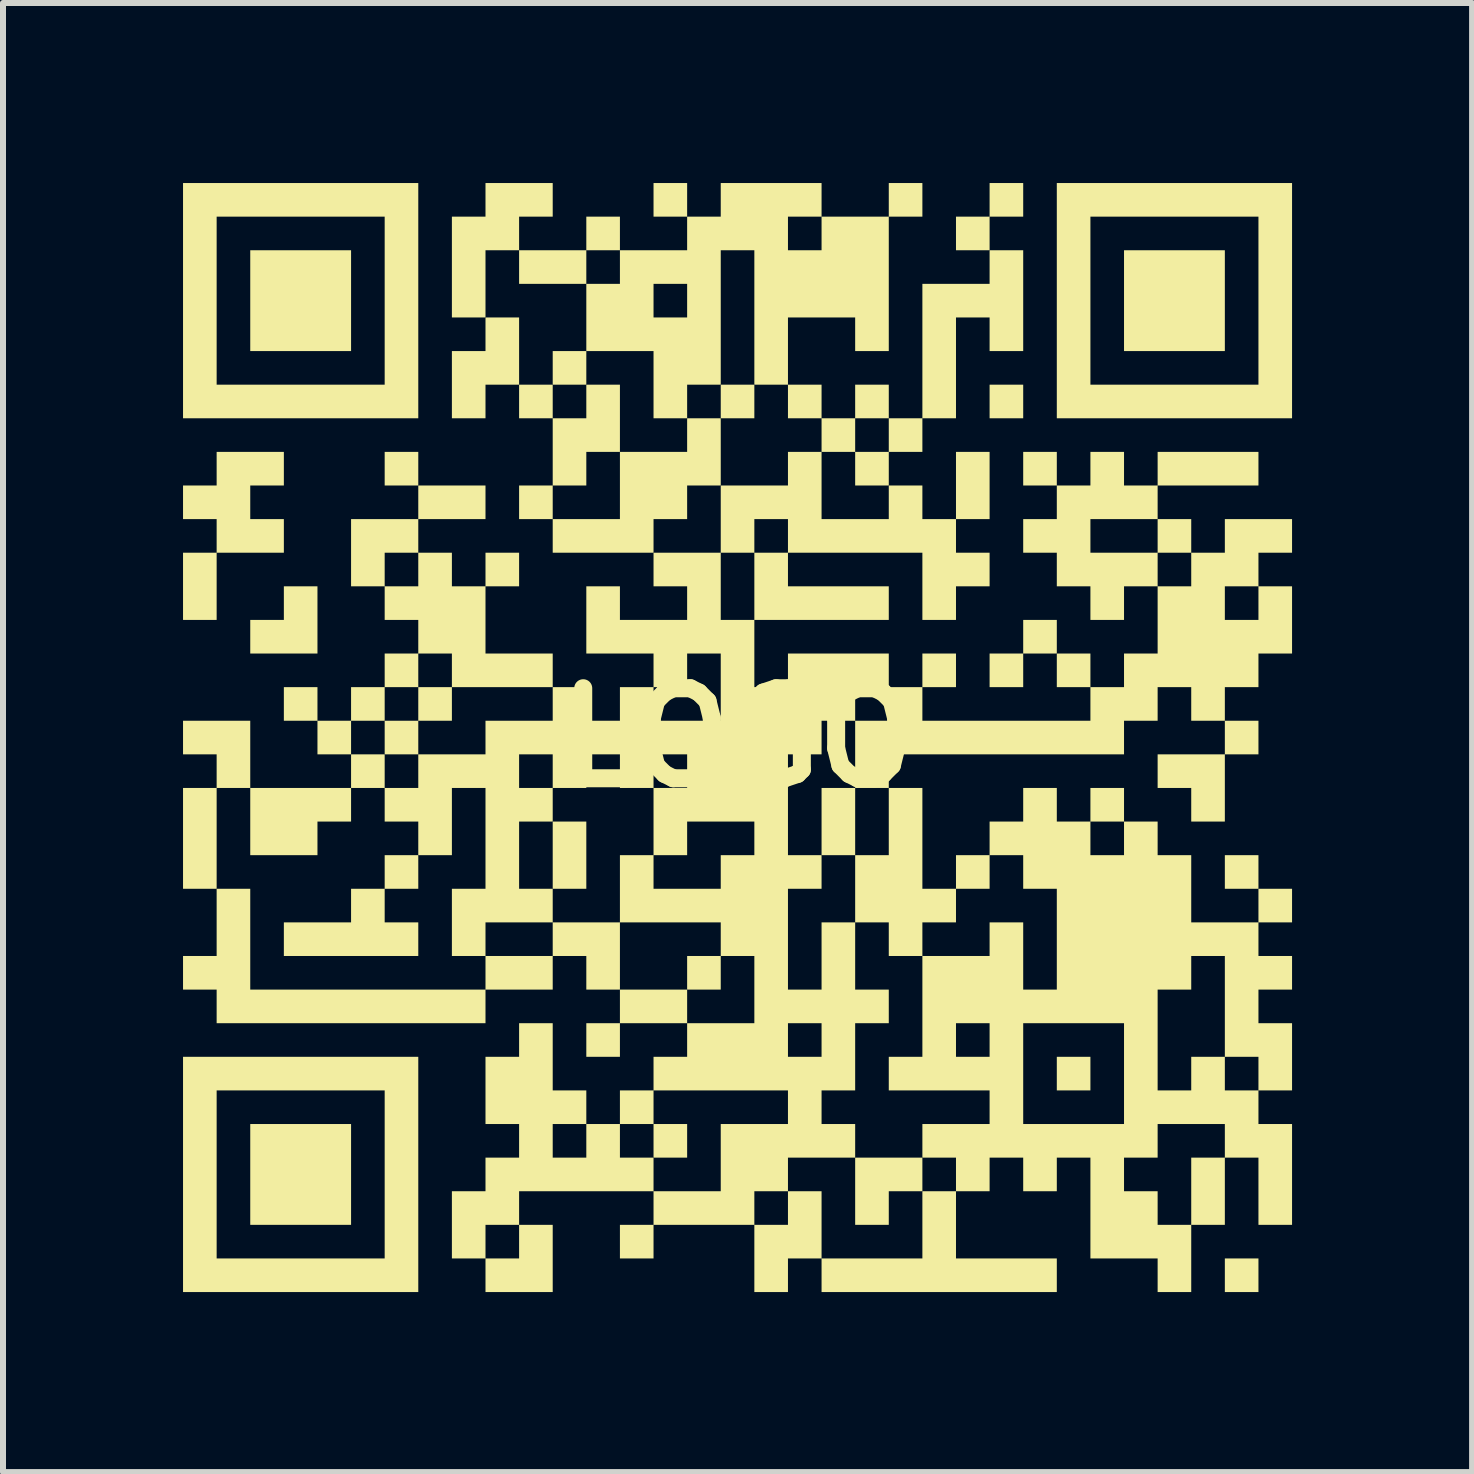
<source format=kicad_pcb>
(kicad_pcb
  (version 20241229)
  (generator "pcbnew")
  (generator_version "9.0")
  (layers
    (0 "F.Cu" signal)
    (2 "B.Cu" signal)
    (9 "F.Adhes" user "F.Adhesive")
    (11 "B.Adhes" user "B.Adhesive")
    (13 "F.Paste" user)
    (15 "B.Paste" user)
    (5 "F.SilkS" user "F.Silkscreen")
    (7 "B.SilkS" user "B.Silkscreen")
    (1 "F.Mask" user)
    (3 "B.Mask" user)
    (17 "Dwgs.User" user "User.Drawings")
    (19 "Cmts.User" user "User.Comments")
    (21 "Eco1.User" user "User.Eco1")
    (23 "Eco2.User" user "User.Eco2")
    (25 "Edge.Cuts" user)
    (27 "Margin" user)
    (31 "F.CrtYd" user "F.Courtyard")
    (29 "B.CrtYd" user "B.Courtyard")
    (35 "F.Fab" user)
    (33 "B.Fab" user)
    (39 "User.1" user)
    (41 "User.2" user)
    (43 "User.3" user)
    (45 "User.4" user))
  (footprint "LOGO"
    (layer "F.Cu")
    (at 9.24 9.24)
    (property "Reference" "LOGO" (at 0 0 0) (layer "F.SilkS") (effects (font (size 1.5 1.5) (thickness 0.3))))
    (attr board_only exclude_from_pos_files exclude_from_bom)
    (fp_poly (pts (xy -6.44 -7.28) (xy -6.44 -6.44) (xy -7.28 -6.44) (xy -8.12 -6.44) (xy -8.12 -7.28) (xy -8.12 -8.12) (xy -7.28 -8.12) (xy -6.44 -8.12)) (stroke (width 0) (type solid)) (fill yes) (layer "F.SilkS"))
    (fp_poly (pts (xy -6.44 7.28) (xy -6.44 8.12) (xy -7.28 8.12) (xy -8.12 8.12) (xy -8.12 7.28) (xy -8.12 6.44) (xy -7.28 6.44) (xy -6.44 6.44)) (stroke (width 0) (type solid)) (fill yes) (layer "F.SilkS"))
    (fp_poly (pts (xy -5.32 -4.48) (xy -5.32 -4.2) (xy -5.6 -4.2) (xy -5.88 -4.2) (xy -5.88 -4.48) (xy -5.88 -4.76) (xy -5.6 -4.76) (xy -5.32 -4.76)) (stroke (width 0) (type solid)) (fill yes) (layer "F.SilkS"))
    (fp_poly (pts (xy -2.52 -6.16) (xy -2.52 -5.88) (xy -2.8 -5.88) (xy -3.08 -5.88) (xy -3.08 -6.16) (xy -3.08 -6.44) (xy -2.8 -6.44) (xy -2.52 -6.44)) (stroke (width 0) (type solid)) (fill yes) (layer "F.SilkS"))
    (fp_poly (pts (xy -2.52 1.96) (xy -2.52 2.52) (xy -2.8 2.52) (xy -3.08 2.52) (xy -3.08 1.96) (xy -3.08 1.4) (xy -2.8 1.4) (xy -2.52 1.4)) (stroke (width 0) (type solid)) (fill yes) (layer "F.SilkS"))
    (fp_poly (pts (xy -0.84 6.72) (xy -0.84 7) (xy -1.12 7) (xy -1.4 7) (xy -1.4 6.72) (xy -1.4 6.44) (xy -1.12 6.44) (xy -0.84 6.44)) (stroke (width 0) (type solid)) (fill yes) (layer "F.SilkS"))
    (fp_poly (pts (xy -0.28 3.92) (xy -0.28 4.2) (xy -0.56 4.2) (xy -0.84 4.2) (xy -0.84 3.92) (xy -0.84 3.64) (xy -0.56 3.64) (xy -0.28 3.64)) (stroke (width 0) (type solid)) (fill yes) (layer "F.SilkS"))
    (fp_poly (pts (xy 0.28 -5.6) (xy 0.28 -5.32) (xy 0 -5.32) (xy -0.28 -5.32) (xy -0.28 -5.6) (xy -0.28 -5.88) (xy 0 -5.88) (xy 0.28 -5.88)) (stroke (width 0) (type solid)) (fill yes) (layer "F.SilkS"))
    (fp_poly (pts (xy 1.96 1.4) (xy 1.96 1.96) (xy 1.68 1.96) (xy 1.4 1.96) (xy 1.4 1.4) (xy 1.4 0.84) (xy 1.68 0.84) (xy 1.96 0.84)) (stroke (width 0) (type solid)) (fill yes) (layer "F.SilkS"))
    (fp_poly (pts (xy 4.76 -5.6) (xy 4.76 -5.32) (xy 4.48 -5.32) (xy 4.2 -5.32) (xy 4.2 -5.6) (xy 4.2 -5.88) (xy 4.48 -5.88) (xy 4.76 -5.88)) (stroke (width 0) (type solid)) (fill yes) (layer "F.SilkS"))
    (fp_poly (pts (xy 5.88 5.6) (xy 5.88 5.88) (xy 5.6 5.88) (xy 5.32 5.88) (xy 5.32 5.6) (xy 5.32 5.32) (xy 5.6 5.32) (xy 5.88 5.32)) (stroke (width 0) (type solid)) (fill yes) (layer "F.SilkS"))
    (fp_poly (pts (xy 8.12 -7.28) (xy 8.12 -6.44) (xy 7.28 -6.44) (xy 6.44 -6.44) (xy 6.44 -7.28) (xy 6.44 -8.12) (xy 7.28 -8.12) (xy 8.12 -8.12)) (stroke (width 0) (type solid)) (fill yes) (layer "F.SilkS"))
    (fp_poly (pts (xy 8.68 2.24) (xy 8.68 2.52) (xy 8.4 2.52) (xy 8.12 2.52) (xy 8.12 2.24) (xy 8.12 1.96) (xy 8.4 1.96) (xy 8.68 1.96)) (stroke (width 0) (type solid)) (fill yes) (layer "F.SilkS"))
    (fp_poly (pts (xy 8.68 8.96) (xy 8.68 9.24) (xy 8.4 9.24) (xy 8.12 9.24) (xy 8.12 8.96) (xy 8.12 8.68) (xy 8.4 8.68) (xy 8.68 8.68)) (stroke (width 0) (type solid)) (fill yes) (layer "F.SilkS"))
    (fp_poly (pts (xy -7 -1.96) (xy -7 -1.4) (xy -7.56 -1.4) (xy -8.12 -1.4) (xy -8.12 -1.68) (xy -8.12 -1.96) (xy -7.84 -1.96) (xy -7.56 -1.96) (xy -7.56 -2.24) (xy -7.56 -2.52) (xy -7.28 -2.52) (xy -7 -2.52)) (stroke (width 0) (type solid)) (fill yes) (layer "F.SilkS"))
    (fp_poly (pts (xy 3.08 7.28) (xy 3.08 7.56) (xy 2.8 7.56) (xy 2.52 7.56) (xy 2.52 7.84) (xy 2.52 8.12) (xy 2.24 8.12) (xy 1.96 8.12) (xy 1.96 7.56) (xy 1.96 7) (xy 2.52 7) (xy 3.08 7)) (stroke (width 0) (type solid)) (fill yes) (layer "F.SilkS"))
    (fp_poly (pts (xy -4.76 -0.56) (xy -4.76 -0.28) (xy -5.04 -0.28) (xy -5.32 -0.28) (xy -5.32 0) (xy -5.32 0.28) (xy -5.6 0.28) (xy -5.88 0.28) (xy -5.88 0) (xy -5.88 -0.28) (xy -5.6 -0.28) (xy -5.32 -0.28) (xy -5.32 -0.56) (xy -5.32 -0.84) (xy -5.04 -0.84) (xy -4.76 -0.84)) (stroke (width 0) (type solid)) (fill yes) (layer "F.SilkS"))
    (fp_poly (pts (xy -3.64 -6.44) (xy -3.64 -5.88) (xy -3.92 -5.88) (xy -4.2 -5.88) (xy -4.2 -5.6) (xy -4.2 -5.32) (xy -4.48 -5.32) (xy -4.76 -5.32) (xy -4.76 -5.88) (xy -4.76 -6.44) (xy -4.48 -6.44) (xy -4.2 -6.44) (xy -4.2 -6.72) (xy -4.2 -7) (xy -3.92 -7) (xy -3.64 -7)) (stroke (width 0) (type solid)) (fill yes) (layer "F.SilkS"))
    (fp_poly (pts (xy 4.76 -8.96) (xy 4.76 -8.68) (xy 4.48 -8.68) (xy 4.2 -8.68) (xy 4.2 -8.4) (xy 4.2 -8.12) (xy 3.92 -8.12) (xy 3.64 -8.12) (xy 3.64 -8.4) (xy 3.64 -8.68) (xy 3.92 -8.68) (xy 4.2 -8.68) (xy 4.2 -8.96) (xy 4.2 -9.24) (xy 4.48 -9.24) (xy 4.76 -9.24)) (stroke (width 0) (type solid)) (fill yes) (layer "F.SilkS"))
    (fp_poly (pts (xy 5.32 -1.68) (xy 5.32 -1.4) (xy 5.04 -1.4) (xy 4.76 -1.4) (xy 4.76 -1.12) (xy 4.76 -0.84) (xy 4.48 -0.84) (xy 4.2 -0.84) (xy 4.2 -1.12) (xy 4.2 -1.4) (xy 4.48 -1.4) (xy 4.76 -1.4) (xy 4.76 -1.68) (xy 4.76 -1.96) (xy 5.04 -1.96) (xy 5.32 -1.96)) (stroke (width 0) (type solid)) (fill yes) (layer "F.SilkS"))
    (fp_poly (pts (xy -5.32 -7.28) (xy -5.32 -5.32) (xy -7.28 -5.32) (xy -9.24 -5.32) (xy -9.24 -7.28) (xy -9.24 -8.68) (xy -8.68 -8.68) (xy -8.68 -7.28) (xy -8.68 -5.88) (xy -7.28 -5.88) (xy -5.88 -5.88) (xy -5.88 -7.28) (xy -5.88 -8.68) (xy -7.28 -8.68) (xy -8.68 -8.68) (xy -9.24 -8.68) (xy -9.24 -9.24) (xy -7.28 -9.24) (xy -5.32 -9.24)) (stroke (width 0) (type solid)) (fill yes) (layer "F.SilkS"))
    (fp_poly (pts (xy -5.32 7.28) (xy -5.32 9.24) (xy -7.28 9.24) (xy -9.24 9.24) (xy -9.24 7.28) (xy -9.24 5.88) (xy -8.68 5.88) (xy -8.68 7.28) (xy -8.68 8.68) (xy -7.28 8.68) (xy -5.88 8.68) (xy -5.88 7.28) (xy -5.88 5.88) (xy -7.28 5.88) (xy -8.68 5.88) (xy -9.24 5.88) (xy -9.24 5.32) (xy -7.28 5.32) (xy -5.32 5.32)) (stroke (width 0) (type solid)) (fill yes) (layer "F.SilkS"))
    (fp_poly (pts (xy 9.24 -7.28) (xy 9.24 -5.32) (xy 7.28 -5.32) (xy 5.32 -5.32) (xy 5.32 -7.28) (xy 5.32 -8.68) (xy 5.88 -8.68) (xy 5.88 -7.28) (xy 5.88 -5.88) (xy 7.28 -5.88) (xy 8.68 -5.88) (xy 8.68 -7.28) (xy 8.68 -8.68) (xy 7.28 -8.68) (xy 5.88 -8.68) (xy 5.32 -8.68) (xy 5.32 -9.24) (xy 7.28 -9.24) (xy 9.24 -9.24)) (stroke (width 0) (type solid)) (fill yes) (layer "F.SilkS"))
    (fp_poly (pts (xy 8.68 0) (xy 8.68 0.28) (xy 8.4 0.28) (xy 8.12 0.28) (xy 8.12 0.84) (xy 8.12 1.4) (xy 7.84 1.4) (xy 7.56 1.4) (xy 7.56 1.12) (xy 7.56 0.84) (xy 7.28 0.84) (xy 7 0.84) (xy 7 0.56) (xy 7 0.28) (xy 7.56 0.28) (xy 8.12 0.28) (xy 8.12 0) (xy 8.12 -0.28) (xy 8.4 -0.28) (xy 8.68 -0.28)) (stroke (width 0) (type solid)) (fill yes) (layer "F.SilkS"))
    (fp_poly (pts (xy -5.32 2.24) (xy -5.32 2.52) (xy -5.6 2.52) (xy -5.88 2.52) (xy -5.88 2.8) (xy -5.88 3.08) (xy -5.6 3.08) (xy -5.32 3.08) (xy -5.32 3.36) (xy -5.32 3.64) (xy -6.44 3.64) (xy -7.56 3.64) (xy -7.56 3.36) (xy -7.56 3.08) (xy -7 3.08) (xy -6.44 3.08) (xy -6.44 2.8) (xy -6.44 2.52) (xy -6.16 2.52) (xy -5.88 2.52) (xy -5.88 2.24) (xy -5.88 1.96) (xy -5.6 1.96) (xy -5.32 1.96)) (stroke (width 0) (type solid)) (fill yes) (layer "F.SilkS"))
    (fp_poly (pts (xy -7.56 -4.48) (xy -7.56 -4.2) (xy -7.84 -4.2) (xy -8.12 -4.2) (xy -8.12 -3.92) (xy -8.12 -3.64) (xy -7.84 -3.64) (xy -7.56 -3.64) (xy -7.56 -3.36) (xy -7.56 -3.08) (xy -8.12 -3.08) (xy -8.68 -3.08) (xy -8.68 -2.52) (xy -8.68 -1.96) (xy -8.96 -1.96) (xy -9.24 -1.96) (xy -9.24 -2.52) (xy -9.24 -3.08) (xy -8.96 -3.08) (xy -8.68 -3.08) (xy -8.68 -3.36) (xy -8.68 -3.64) (xy -8.96 -3.64) (xy -9.24 -3.64) (xy -9.24 -3.92) (xy -9.24 -4.2) (xy -8.96 -4.2) (xy -8.68 -4.2) (xy -8.68 -4.48) (xy -8.68 -4.76) (xy -8.12 -4.76) (xy -7.56 -4.76)) (stroke (width 0) (type solid)) (fill yes) (layer "F.SilkS"))
    (fp_poly (pts (xy -8.12 0.28) (xy -8.12 0.84) (xy -7.28 0.84) (xy -6.44 0.84) (xy -6.44 0.56) (xy -6.44 0.28) (xy -6.16 0.28) (xy -5.88 0.28) (xy -5.88 0.56) (xy -5.88 0.84) (xy -6.16 0.84) (xy -6.44 0.84) (xy -6.44 1.12) (xy -6.44 1.4) (xy -6.72 1.4) (xy -7 1.4) (xy -7 1.68) (xy -7 1.96) (xy -7.56 1.96) (xy -8.12 1.96) (xy -8.12 1.4) (xy -8.12 0.84) (xy -8.4 0.84) (xy -8.68 0.84) (xy -8.68 1.68) (xy -8.68 2.52) (xy -8.96 2.52) (xy -9.24 2.52) (xy -9.24 1.68) (xy -9.24 0.84) (xy -8.96 0.84) (xy -8.68 0.84) (xy -8.68 0.56) (xy -8.68 0.28) (xy -8.96 0.28) (xy -9.24 0.28) (xy -9.24 0) (xy -9.24 -0.28) (xy -8.68 -0.28) (xy -8.12 -0.28)) (stroke (width 0) (type solid)) (fill yes) (layer "F.SilkS"))
    (fp_poly (pts (xy -3.08 -5.6) (xy -3.08 -5.32) (xy -2.8 -5.32) (xy -2.52 -5.32) (xy -2.52 -5.6) (xy -2.52 -5.88) (xy -2.24 -5.88) (xy -1.96 -5.88) (xy -1.96 -5.32) (xy -1.96 -4.76) (xy -2.24 -4.76) (xy -2.52 -4.76) (xy -2.52 -4.48) (xy -2.52 -4.2) (xy -2.8 -4.2) (xy -3.08 -4.2) (xy -3.08 -3.92) (xy -3.08 -3.64) (xy -2.52 -3.64) (xy -1.96 -3.64) (xy -1.96 -4.2) (xy -1.96 -4.76) (xy -1.4 -4.76) (xy -0.84 -4.76) (xy -0.84 -5.04) (xy -0.84 -5.32) (xy -0.56 -5.32) (xy -0.28 -5.32) (xy -0.28 -4.76) (xy -0.28 -4.2) (xy -0.56 -4.2) (xy -0.84 -4.2) (xy -0.84 -3.92) (xy -0.84 -3.64) (xy -1.12 -3.64) (xy -1.4 -3.64) (xy -1.4 -3.36) (xy -1.4 -3.08) (xy -2.24 -3.08) (xy -3.08 -3.08) (xy -3.08 -3.36) (xy -3.08 -3.64) (xy -3.36 -3.64) (xy -3.64 -3.64) (xy -3.64 -3.92) (xy -3.64 -4.2) (xy -3.36 -4.2) (xy -3.08 -4.2) (xy -3.08 -4.76) (xy -3.08 -5.32) (xy -3.36 -5.32) (xy -3.64 -5.32) (xy -3.64 -5.6) (xy -3.64 -5.88) (xy -3.36 -5.88) (xy -3.08 -5.88)) (stroke (width 0) (type solid)) (fill yes) (layer "F.SilkS"))
    (fp_poly (pts (xy 4.76 -7.28) (xy 4.76 -6.44) (xy 4.48 -6.44) (xy 4.2 -6.44) (xy 4.2 -6.72) (xy 4.2 -7) (xy 3.92 -7) (xy 3.64 -7) (xy 3.64 -6.16) (xy 3.64 -5.32) (xy 3.36 -5.32) (xy 3.08 -5.32) (xy 3.08 -5.04) (xy 3.08 -4.76) (xy 2.8 -4.76) (xy 2.52 -4.76) (xy 2.52 -4.48) (xy 2.52 -4.2) (xy 2.24 -4.2) (xy 1.96 -4.2) (xy 1.96 -4.48) (xy 1.96 -4.76) (xy 2.24 -4.76) (xy 2.52 -4.76) (xy 2.52 -5.04) (xy 2.52 -5.32) (xy 2.24 -5.32) (xy 1.96 -5.32) (xy 1.96 -5.04) (xy 1.96 -4.76) (xy 1.68 -4.76) (xy 1.4 -4.76) (xy 1.4 -5.04) (xy 1.4 -5.32) (xy 1.12 -5.32) (xy 0.84 -5.32) (xy 0.84 -5.6) (xy 0.84 -5.88) (xy 1.12 -5.88) (xy 1.4 -5.88) (xy 1.4 -5.6) (xy 1.4 -5.32) (xy 1.68 -5.32) (xy 1.96 -5.32) (xy 1.96 -5.6) (xy 1.96 -5.88) (xy 2.24 -5.88) (xy 2.52 -5.88) (xy 2.52 -5.6) (xy 2.52 -5.32) (xy 2.8 -5.32) (xy 3.08 -5.32) (xy 3.08 -6.44) (xy 3.08 -7.56) (xy 3.64 -7.56) (xy 4.2 -7.56) (xy 4.2 -7.84) (xy 4.2 -8.12) (xy 4.48 -8.12) (xy 4.76 -8.12)) (stroke (width 0) (type solid)) (fill yes) (layer "F.SilkS"))
    (fp_poly (pts (xy -4.2 -3.92) (xy -4.2 -3.64) (xy -4.76 -3.64) (xy -5.32 -3.64) (xy -5.32 -3.36) (xy -5.32 -3.08) (xy -5.6 -3.08) (xy -5.88 -3.08) (xy -5.88 -2.8) (xy -5.88 -2.52) (xy -5.6 -2.52) (xy -5.32 -2.52) (xy -5.32 -2.8) (xy -5.32 -3.08) (xy -5.04 -3.08) (xy -4.76 -3.08) (xy -4.76 -2.8) (xy -4.76 -2.52) (xy -4.48 -2.52) (xy -4.2 -2.52) (xy -4.2 -2.8) (xy -4.2 -3.08) (xy -3.92 -3.08) (xy -3.64 -3.08) (xy -3.64 -2.8) (xy -3.64 -2.52) (xy -3.92 -2.52) (xy -4.2 -2.52) (xy -4.2 -1.96) (xy -4.2 -1.4) (xy -3.64 -1.4) (xy -3.08 -1.4) (xy -3.08 -1.12) (xy -3.08 -0.84) (xy -3.92 -0.84) (xy -4.76 -0.84) (xy -4.76 -1.12) (xy -4.76 -1.4) (xy -5.04 -1.4) (xy -5.32 -1.4) (xy -5.32 -1.12) (xy -5.32 -0.84) (xy -5.6 -0.84) (xy -5.88 -0.84) (xy -5.88 -0.56) (xy -5.88 -0.28) (xy -6.16 -0.28) (xy -6.44 -0.28) (xy -6.44 0) (xy -6.44 0.28) (xy -6.72 0.28) (xy -7 0.28) (xy -7 0) (xy -7 -0.28) (xy -7.28 -0.28) (xy -7.56 -0.28) (xy -7.56 -0.56) (xy -7.56 -0.84) (xy -7.28 -0.84) (xy -7 -0.84) (xy -7 -0.56) (xy -7 -0.28) (xy -6.72 -0.28) (xy -6.44 -0.28) (xy -6.44 -0.56) (xy -6.44 -0.84) (xy -6.16 -0.84) (xy -5.88 -0.84) (xy -5.88 -1.12) (xy -5.88 -1.4) (xy -5.6 -1.4) (xy -5.32 -1.4) (xy -5.32 -1.68) (xy -5.32 -1.96) (xy -5.6 -1.96) (xy -5.88 -1.96) (xy -5.88 -2.24) (xy -5.88 -2.52) (xy -6.16 -2.52) (xy -6.44 -2.52) (xy -6.44 -3.08) (xy -6.44 -3.64) (xy -5.88 -3.64) (xy -5.32 -3.64) (xy -5.32 -3.92) (xy -5.32 -4.2) (xy -4.76 -4.2) (xy -4.2 -4.2)) (stroke (width 0) (type solid)) (fill yes) (layer "F.SilkS"))
    (fp_poly (pts (xy -3.08 -8.96) (xy -3.08 -8.68) (xy -3.36 -8.68) (xy -3.64 -8.68) (xy -3.64 -8.4) (xy -3.64 -8.12) (xy -3.08 -8.12) (xy -2.52 -8.12) (xy -2.52 -8.4) (xy -2.52 -8.68) (xy -2.24 -8.68) (xy -1.96 -8.68) (xy -1.96 -8.4) (xy -1.96 -8.12) (xy -1.4 -8.12) (xy -0.84 -8.12) (xy -0.84 -8.4) (xy -0.84 -8.68) (xy -1.12 -8.68) (xy -1.4 -8.68) (xy -1.4 -8.96) (xy -1.4 -9.24) (xy -1.12 -9.24) (xy -0.84 -9.24) (xy -0.84 -8.96) (xy -0.84 -8.68) (xy -0.56 -8.68) (xy -0.28 -8.68) (xy 0.84 -8.68) (xy 0.84 -8.4) (xy 0.84 -8.12) (xy 1.12 -8.12) (xy 1.4 -8.12) (xy 1.4 -8.4) (xy 1.4 -8.68) (xy 1.12 -8.68) (xy 0.84 -8.68) (xy -0.28 -8.68) (xy -0.28 -8.96) (xy -0.28 -9.24) (xy 0.56 -9.24) (xy 1.4 -9.24) (xy 1.4 -8.96) (xy 1.4 -8.68) (xy 1.96 -8.68) (xy 2.52 -8.68) (xy 2.52 -8.96) (xy 2.52 -9.24) (xy 2.8 -9.24) (xy 3.08 -9.24) (xy 3.08 -8.96) (xy 3.08 -8.68) (xy 2.8 -8.68) (xy 2.52 -8.68) (xy 2.52 -7.56) (xy 2.52 -6.44) (xy 2.24 -6.44) (xy 1.96 -6.44) (xy 1.96 -6.72) (xy 1.96 -7) (xy 1.4 -7) (xy 0.84 -7) (xy 0.84 -6.44) (xy 0.84 -5.88) (xy 0.56 -5.88) (xy 0.28 -5.88) (xy 0.28 -7) (xy 0.28 -8.12) (xy 0 -8.12) (xy -0.28 -8.12) (xy -0.28 -7) (xy -0.28 -5.88) (xy -0.56 -5.88) (xy -0.84 -5.88) (xy -0.84 -5.6) (xy -0.84 -5.32) (xy -1.12 -5.32) (xy -1.4 -5.32) (xy -1.4 -5.88) (xy -1.4 -6.44) (xy -1.96 -6.44) (xy -2.52 -6.44) (xy -2.52 -7) (xy -2.52 -7.56) (xy -2.24 -7.56) (xy -1.96 -7.56) (xy -1.4 -7.56) (xy -1.4 -7.28) (xy -1.4 -7) (xy -1.12 -7) (xy -0.84 -7) (xy -0.84 -7.28) (xy -0.84 -7.56) (xy -1.12 -7.56) (xy -1.4 -7.56) (xy -1.96 -7.56) (xy -1.96 -7.84) (xy -1.96 -8.12) (xy -2.24 -8.12) (xy -2.52 -8.12) (xy -2.52 -7.84) (xy -2.52 -7.56) (xy -3.08 -7.56) (xy -3.64 -7.56) (xy -3.64 -7.84) (xy -3.64 -8.12) (xy -3.92 -8.12) (xy -4.2 -8.12) (xy -4.2 -7.56) (xy -4.2 -7) (xy -4.48 -7) (xy -4.76 -7) (xy -4.76 -7.84) (xy -4.76 -8.68) (xy -4.48 -8.68) (xy -4.2 -8.68) (xy -4.2 -8.96) (xy -4.2 -9.24) (xy -3.64 -9.24) (xy -3.08 -9.24)) (stroke (width 0) (type solid)) (fill yes) (layer "F.SilkS"))
    (fp_poly (pts (xy 1.4 -4.2) (xy 1.4 -3.64) (xy 1.96 -3.64) (xy 2.52 -3.64) (xy 2.52 -3.92) (xy 2.52 -4.2) (xy 2.8 -4.2) (xy 3.08 -4.2) (xy 3.08 -3.92) (xy 3.08 -3.64) (xy 3.36 -3.64) (xy 3.64 -3.64) (xy 3.64 -4.2) (xy 3.64 -4.76) (xy 3.92 -4.76) (xy 4.2 -4.76) (xy 4.2 -4.2) (xy 4.2 -3.64) (xy 3.92 -3.64) (xy 3.64 -3.64) (xy 3.64 -3.36) (xy 3.64 -3.08) (xy 3.92 -3.08) (xy 4.2 -3.08) (xy 4.2 -2.8) (xy 4.2 -2.52) (xy 3.92 -2.52) (xy 3.64 -2.52) (xy 3.64 -2.24) (xy 3.64 -1.96) (xy 3.36 -1.96) (xy 3.08 -1.96) (xy 3.08 -2.52) (xy 3.08 -3.08) (xy 1.96 -3.08) (xy 0.84 -3.08) (xy 0.84 -2.8) (xy 0.84 -2.52) (xy 1.68 -2.52) (xy 2.52 -2.52) (xy 2.52 -2.24) (xy 2.52 -1.96) (xy 1.4 -1.96) (xy 0.28 -1.96) (xy 0.28 -1.4) (xy 0.28 -0.84) (xy 0.56 -0.84) (xy 0.84 -0.84) (xy 0.84 -1.12) (xy 0.84 -1.4) (xy 1.68 -1.4) (xy 2.52 -1.4) (xy 2.52 -1.12) (xy 2.52 -0.84) (xy 2.8 -0.84) (xy 3.08 -0.84) (xy 3.08 -1.12) (xy 3.08 -1.4) (xy 3.36 -1.4) (xy 3.64 -1.4) (xy 3.64 -1.12) (xy 3.64 -0.84) (xy 3.36 -0.84) (xy 3.08 -0.84) (xy 3.08 -0.56) (xy 3.08 -0.28) (xy 4.48 -0.28) (xy 5.88 -0.28) (xy 5.88 -0.56) (xy 5.88 -0.84) (xy 5.6 -0.84) (xy 5.32 -0.84) (xy 5.32 -1.12) (xy 5.32 -1.4) (xy 5.6 -1.4) (xy 5.88 -1.4) (xy 5.88 -1.12) (xy 5.88 -0.84) (xy 6.16 -0.84) (xy 6.44 -0.84) (xy 6.44 -1.12) (xy 6.44 -1.4) (xy 6.72 -1.4) (xy 7 -1.4) (xy 7 -1.96) (xy 7 -2.52) (xy 6.72 -2.52) (xy 6.44 -2.52) (xy 6.44 -2.24) (xy 6.44 -1.96) (xy 6.16 -1.96) (xy 5.88 -1.96) (xy 5.88 -2.24) (xy 5.88 -2.52) (xy 5.6 -2.52) (xy 5.32 -2.52) (xy 5.32 -2.8) (xy 5.32 -3.08) (xy 5.04 -3.08) (xy 4.76 -3.08) (xy 4.76 -3.36) (xy 4.76 -3.64) (xy 5.04 -3.64) (xy 5.32 -3.64) (xy 5.32 -3.92) (xy 5.32 -4.2) (xy 5.04 -4.2) (xy 4.76 -4.2) (xy 4.76 -4.48) (xy 4.76 -4.76) (xy 5.04 -4.76) (xy 5.32 -4.76) (xy 5.32 -4.48) (xy 5.32 -4.2) (xy 5.6 -4.2) (xy 5.88 -4.2) (xy 5.88 -4.48) (xy 5.88 -4.76) (xy 6.16 -4.76) (xy 6.44 -4.76) (xy 6.44 -4.48) (xy 6.44 -4.2) (xy 6.72 -4.2) (xy 7 -4.2) (xy 7 -4.48) (xy 7 -4.76) (xy 7.84 -4.76) (xy 8.68 -4.76) (xy 8.68 -4.48) (xy 8.68 -4.2) (xy 7.84 -4.2) (xy 7 -4.2) (xy 7 -3.92) (xy 7 -3.64) (xy 6.44 -3.64) (xy 5.88 -3.64) (xy 5.88 -3.36) (xy 5.88 -3.08) (xy 6.44 -3.08) (xy 7 -3.08) (xy 7 -2.8) (xy 7 -2.52) (xy 7.28 -2.52) (xy 7.56 -2.52) (xy 7.56 -2.8) (xy 7.56 -3.08) (xy 7.28 -3.08) (xy 7 -3.08) (xy 7 -3.36) (xy 7 -3.64) (xy 7.28 -3.64) (xy 7.56 -3.64) (xy 7.56 -3.36) (xy 7.56 -3.08) (xy 7.84 -3.08) (xy 8.12 -3.08) (xy 8.12 -3.36) (xy 8.12 -3.64) (xy 8.68 -3.64) (xy 9.24 -3.64) (xy 9.24 -3.36) (xy 9.24 -3.08) (xy 8.96 -3.08) (xy 8.68 -3.08) (xy 8.68 -2.8) (xy 8.68 -2.52) (xy 8.4 -2.52) (xy 8.12 -2.52) (xy 8.12 -2.24) (xy 8.12 -1.96) (xy 8.4 -1.96) (xy 8.68 -1.96) (xy 8.68 -2.24) (xy 8.68 -2.52) (xy 8.96 -2.52) (xy 9.24 -2.52) (xy 9.24 -1.96) (xy 9.24 -1.4) (xy 8.96 -1.4) (xy 8.68 -1.4) (xy 8.68 -1.12) (xy 8.68 -0.84) (xy 8.4 -0.84) (xy 8.12 -0.84) (xy 8.12 -0.56) (xy 8.12 -0.28) (xy 7.84 -0.28) (xy 7.56 -0.28) (xy 7.56 -0.56) (xy 7.56 -0.84) (xy 7.28 -0.84) (xy 7 -0.84) (xy 7 -0.56) (xy 7 -0.28) (xy 6.72 -0.28) (xy 6.44 -0.28) (xy 6.44 0) (xy 6.44 0.28) (xy 4.48 0.28) (xy 2.52 0.28) (xy 2.52 0.56) (xy 2.52 0.84) (xy 2.24 0.84) (xy 1.96 0.84) (xy 1.96 0.28) (xy 1.96 -0.28) (xy 2.24 -0.28) (xy 2.52 -0.28) (xy 2.52 -0.56) (xy 2.52 -0.84) (xy 2.24 -0.84) (xy 1.96 -0.84) (xy 1.96 -0.56) (xy 1.96 -0.28) (xy 1.68 -0.28) (xy 1.4 -0.28) (xy 1.4 0) (xy 1.4 0.28) (xy 1.12 0.28) (xy 0.84 0.28) (xy 0.84 1.12) (xy 0.84 1.96) (xy 1.12 1.96) (xy 1.4 1.96) (xy 1.4 2.24) (xy 1.4 2.52) (xy 1.12 2.52) (xy 0.84 2.52) (xy 0.84 3.36) (xy 0.84 4.2) (xy 1.12 4.2) (xy 1.4 4.2) (xy 1.4 3.64) (xy 1.4 3.08) (xy 1.68 3.08) (xy 1.96 3.08) (xy 1.96 2.52) (xy 1.96 1.96) (xy 2.24 1.96) (xy 2.52 1.96) (xy 2.52 1.4) (xy 2.52 0.84) (xy 2.8 0.84) (xy 3.08 0.84) (xy 3.08 1.68) (xy 3.08 2.52) (xy 3.36 2.52) (xy 3.64 2.52) (xy 3.64 2.24) (xy 3.64 1.96) (xy 3.92 1.96) (xy 4.2 1.96) (xy 4.2 1.68) (xy 4.2 1.4) (xy 4.48 1.4) (xy 4.76 1.4) (xy 4.76 1.12) (xy 4.76 0.84) (xy 5.04 0.84) (xy 5.32 0.84) (xy 5.32 1.12) (xy 5.32 1.4) (xy 5.6 1.4) (xy 5.88 1.4) (xy 5.88 1.12) (xy 5.88 0.84) (xy 6.16 0.84) (xy 6.44 0.84) (xy 6.44 1.12) (xy 6.44 1.4) (xy 6.16 1.4) (xy 5.88 1.4) (xy 5.88 1.68) (xy 5.88 1.96) (xy 6.16 1.96) (xy 6.44 1.96) (xy 6.44 1.68) (xy 6.44 1.4) (xy 6.72 1.4) (xy 7 1.4) (xy 7 1.68) (xy 7 1.96) (xy 7.28 1.96) (xy 7.56 1.96) (xy 7.56 2.52) (xy 7.56 3.08) (xy 8.12 3.08) (xy 8.68 3.08) (xy 8.68 2.8) (xy 8.68 2.52) (xy 8.96 2.52) (xy 9.24 2.52) (xy 9.24 2.8) (xy 9.24 3.08) (xy 8.96 3.08) (xy 8.68 3.08) (xy 8.68 3.36) (xy 8.68 3.64) (xy 8.96 3.64) (xy 9.24 3.64) (xy 9.24 3.92) (xy 9.24 4.2) (xy 8.96 4.2) (xy 8.68 4.2) (xy 8.68 4.48) (xy 8.68 4.76) (xy 8.96 4.76) (xy 9.24 4.76) (xy 9.24 5.32) (xy 9.24 5.88) (xy 8.96 5.88) (xy 8.68 5.88) (xy 8.68 6.16) (xy 8.68 6.44) (xy 8.96 6.44) (xy 9.24 6.44) (xy 9.24 7.28) (xy 9.24 8.12) (xy 8.96 8.12) (xy 8.68 8.12) (xy 8.68 7.56) (xy 8.68 7) (xy 8.4 7) (xy 8.12 7) (xy 8.12 7.56) (xy 8.12 8.12) (xy 7.84 8.12) (xy 7.56 8.12) (xy 7.56 8.68) (xy 7.56 9.24) (xy 7.28 9.24) (xy 7 9.24) (xy 7 8.96) (xy 7 8.68) (xy 6.44 8.68) (xy 5.88 8.68) (xy 5.88 7.84) (xy 5.88 7.56) (xy 6.44 7.56) (xy 6.72 7.56) (xy 7 7.56) (xy 7 7.84) (xy 7 8.12) (xy 7.28 8.12) (xy 7.56 8.12) (xy 7.56 7.56) (xy 7.56 7) (xy 7.84 7) (xy 8.12 7) (xy 8.12 6.72) (xy 8.12 6.44) (xy 7.56 6.44) (xy 7 6.44) (xy 7 6.72) (xy 7 7) (xy 6.72 7) (xy 6.44 7) (xy 6.44 7.28) (xy 6.44 7.56) (xy 5.88 7.56) (xy 5.88 7) (xy 5.6 7) (xy 5.32 7) (xy 5.32 7.28) (xy 5.32 7.56) (xy 5.04 7.56) (xy 4.76 7.56) (xy 4.76 7.28) (xy 4.76 7) (xy 4.48 7) (xy 4.2 7) (xy 4.2 7.28) (xy 4.2 7.56) (xy 3.92 7.56) (xy 3.64 7.56) (xy 3.64 8.12) (xy 3.64 8.68) (xy 4.48 8.68) (xy 5.32 8.68) (xy 5.32 8.96) (xy 5.32 9.24) (xy 3.36 9.24) (xy 1.4 9.24) (xy 1.4 8.96) (xy 1.4 8.68) (xy 1.12 8.68) (xy 0.84 8.68) (xy 0.84 8.96) (xy 0.84 9.24) (xy 0.56 9.24) (xy 0.28 9.24) (xy 0.28 8.68) (xy 0.28 8.12) (xy 0.56 8.12) (xy 0.84 8.12) (xy 0.84 7.84) (xy 0.84 7.56) (xy 1.12 7.56) (xy 1.4 7.56) (xy 1.4 8.12) (xy 1.4 8.68) (xy 2.24 8.68) (xy 3.08 8.68) (xy 3.08 8.12) (xy 3.08 7.56) (xy 3.36 7.56) (xy 3.64 7.56) (xy 3.64 7.28) (xy 3.64 7) (xy 3.36 7) (xy 3.08 7) (xy 3.08 6.72) (xy 3.08 6.44) (xy 3.64 6.44) (xy 4.2 6.44) (xy 4.2 6.16) (xy 4.2 5.88) (xy 3.36 5.88) (xy 2.52 5.88) (xy 2.52 5.6) (xy 2.52 5.32) (xy 2.8 5.32) (xy 3.08 5.32) (xy 3.08 4.76) (xy 3.64 4.76) (xy 3.64 5.04) (xy 3.64 5.32) (xy 3.92 5.32) (xy 4.2 5.32) (xy 4.2 5.04) (xy 4.2 4.76) (xy 4.76 4.76) (xy 4.76 5.6) (xy 4.76 6.44) (xy 5.6 6.44) (xy 6.44 6.44) (xy 6.44 5.88) (xy 7 5.88) (xy 7.28 5.88) (xy 7.56 5.88) (xy 7.56 5.6) (xy 7.56 5.32) (xy 7.84 5.32) (xy 8.12 5.32) (xy 8.12 5.6) (xy 8.12 5.88) (xy 8.4 5.88) (xy 8.68 5.88) (xy 8.68 5.6) (xy 8.68 5.32) (xy 8.4 5.32) (xy 8.12 5.32) (xy 8.12 4.48) (xy 8.12 3.64) (xy 7.84 3.64) (xy 7.56 3.64) (xy 7.56 3.92) (xy 7.56 4.2) (xy 7.28 4.2) (xy 7 4.2) (xy 7 5.04) (xy 7 5.88) (xy 6.44 5.88) (xy 6.44 5.6) (xy 6.44 4.76) (xy 5.6 4.76) (xy 4.76 4.76) (xy 4.2 4.76) (xy 3.92 4.76) (xy 3.64 4.76) (xy 3.08 4.76) (xy 3.08 4.48) (xy 3.08 3.64) (xy 3.64 3.64) (xy 4.2 3.64) (xy 4.2 3.36) (xy 4.2 3.08) (xy 4.48 3.08) (xy 4.76 3.08) (xy 4.76 3.64) (xy 4.76 4.2) (xy 5.04 4.2) (xy 5.32 4.2) (xy 5.32 3.36) (xy 5.32 2.52) (xy 5.04 2.52) (xy 4.76 2.52) (xy 4.76 2.24) (xy 4.76 1.96) (xy 4.48 1.96) (xy 4.2 1.96) (xy 4.2 2.24) (xy 4.2 2.52) (xy 3.92 2.52) (xy 3.64 2.52) (xy 3.64 2.8) (xy 3.64 3.08) (xy 3.36 3.08) (xy 3.08 3.08) (xy 3.08 3.36) (xy 3.08 3.64) (xy 2.8 3.64) (xy 2.52 3.64) (xy 2.52 3.36) (xy 2.52 3.08) (xy 2.24 3.08) (xy 1.96 3.08) (xy 1.96 3.64) (xy 1.96 4.2) (xy 2.24 4.2) (xy 2.52 4.2) (xy 2.52 4.48) (xy 2.52 4.76) (xy 2.24 4.76) (xy 1.96 4.76) (xy 1.96 5.32) (xy 1.96 5.88) (xy 1.68 5.88) (xy 1.4 5.88) (xy 1.4 6.16) (xy 1.4 6.44) (xy 1.68 6.44) (xy 1.96 6.44) (xy 1.96 6.72) (xy 1.96 7) (xy 1.4 7) (xy 0.84 7) (xy 0.84 7.28) (xy 0.84 7.56) (xy 0.56 7.56) (xy 0.28 7.56) (xy 0.28 7.84) (xy 0.28 8.12) (xy -0.56 8.12) (xy -1.4 8.12) (xy -1.4 8.4) (xy -1.4 8.68) (xy -1.68 8.68) (xy -1.96 8.68) (xy -1.96 8.4) (xy -1.96 8.12) (xy -1.68 8.12) (xy -1.4 8.12) (xy -1.4 7.84) (xy -1.4 7.56) (xy -2.52 7.56) (xy -3.64 7.56) (xy -3.64 7.84) (xy -3.64 8.12) (xy -3.92 8.12) (xy -4.2 8.12) (xy -4.2 8.4) (xy -4.2 8.68) (xy -3.92 8.68) (xy -3.64 8.68) (xy -3.64 8.4) (xy -3.64 8.12) (xy -3.36 8.12) (xy -3.08 8.12) (xy -3.08 8.68) (xy -3.08 9.24) (xy -3.64 9.24) (xy -4.2 9.24) (xy -4.2 8.96) (xy -4.2 8.68) (xy -4.48 8.68) (xy -4.76 8.68) (xy -4.76 8.12) (xy -4.76 7.56) (xy -4.48 7.56) (xy -4.2 7.56) (xy -4.2 7.28) (xy -4.2 7) (xy -3.92 7) (xy -3.64 7) (xy -3.64 6.72) (xy -3.64 6.44) (xy -3.08 6.44) (xy -3.08 6.72) (xy -3.08 7) (xy -2.8 7) (xy -2.52 7) (xy -1.96 7) (xy -1.68 7) (xy -1.4 7) (xy -1.4 7.28) (xy -1.4 7.56) (xy -0.84 7.56) (xy -0.28 7.56) (xy -0.28 7) (xy -0.28 6.44) (xy 0.28 6.44) (xy 0.84 6.44) (xy 0.84 6.16) (xy 0.84 5.88) (xy -0.28 5.88) (xy -1.4 5.88) (xy -1.4 6.16) (xy -1.4 6.44) (xy -1.68 6.44) (xy -1.96 6.44) (xy -1.96 6.72) (xy -1.96 7) (xy -2.52 7) (xy -2.52 6.72) (xy -2.52 6.44) (xy -2.8 6.44) (xy -3.08 6.44) (xy -3.64 6.44) (xy -3.92 6.44) (xy -4.2 6.44) (xy -4.2 5.88) (xy -4.2 5.32) (xy -3.92 5.32) (xy -3.64 5.32) (xy -3.64 5.04) (xy -3.64 4.76) (xy -3.36 4.76) (xy -3.08 4.76) (xy -3.08 5.32) (xy -3.08 5.88) (xy -2.8 5.88) (xy -2.52 5.88) (xy -2.52 6.16) (xy -2.52 6.44) (xy -2.24 6.44) (xy -1.96 6.44) (xy -1.96 6.16) (xy -1.96 5.88) (xy -1.68 5.88) (xy -1.4 5.88) (xy -1.4 5.6) (xy -1.4 5.32) (xy -1.12 5.32) (xy -0.84 5.32) (xy -0.84 5.04) (xy -0.84 4.76) (xy -1.4 4.76) (xy -1.96 4.76) (xy -1.96 5.04) (xy -1.96 5.32) (xy -2.24 5.32) (xy -2.52 5.32) (xy -2.52 5.04) (xy -2.52 4.76) (xy -2.24 4.76) (xy -1.96 4.76) (xy -1.96 4.48) (xy -1.96 4.2) (xy -1.4 4.2) (xy -0.84 4.2) (xy -0.84 4.48) (xy -0.84 4.76) (xy -0.28 4.76) (xy 0.28 4.76) (xy 0.84 4.76) (xy 0.84 5.04) (xy 0.84 5.32) (xy 1.12 5.32) (xy 1.4 5.32) (xy 1.4 5.04) (xy 1.4 4.76) (xy 1.12 4.76) (xy 0.84 4.76) (xy 0.28 4.76) (xy 0.28 4.2) (xy 0.28 3.64) (xy 0 3.64) (xy -0.28 3.64) (xy -0.28 3.36) (xy -0.28 3.08) (xy -1.12 3.08) (xy -1.96 3.08) (xy -1.96 3.64) (xy -1.96 4.2) (xy -2.24 4.2) (xy -2.52 4.2) (xy -2.52 3.92) (xy -2.52 3.64) (xy -2.8 3.64) (xy -3.08 3.64) (xy -3.08 3.92) (xy -3.08 4.2) (xy -3.64 4.2) (xy -4.2 4.2) (xy -4.2 4.48) (xy -4.2 4.76) (xy -6.44 4.76) (xy -8.68 4.76) (xy -8.68 4.48) (xy -8.68 4.2) (xy -8.96 4.2) (xy -9.24 4.2) (xy -9.24 3.92) (xy -9.24 3.64) (xy -8.96 3.64) (xy -8.68 3.64) (xy -8.68 3.08) (xy -8.68 2.52) (xy -8.4 2.52) (xy -8.12 2.52) (xy -8.12 3.36) (xy -8.12 4.2) (xy -6.16 4.2) (xy -4.2 4.2) (xy -4.2 3.92) (xy -4.2 3.64) (xy -3.64 3.64) (xy -3.08 3.64) (xy -3.08 3.36) (xy -3.08 3.08) (xy -2.52 3.08) (xy -1.96 3.08) (xy -1.96 2.52) (xy -1.96 1.96) (xy -1.68 1.96) (xy -1.4 1.96) (xy -1.4 2.24) (xy -1.4 2.52) (xy -0.84 2.52) (xy -0.28 2.52) (xy -0.28 2.24) (xy -0.28 1.96) (xy 0 1.96) (xy 0.28 1.96) (xy 0.28 1.68) (xy 0.28 1.4) (xy -0.28 1.4) (xy -0.84 1.4) (xy -0.84 1.68) (xy -0.84 1.96) (xy -1.12 1.96) (xy -1.4 1.96) (xy -1.4 1.4) (xy -1.4 0.84) (xy -1.12 0.84) (xy -0.84 0.84) (xy -0.84 0.56) (xy -0.84 0.28) (xy -1.12 0.28) (xy -1.4 0.28) (xy -1.4 0.56) (xy -1.4 0.84) (xy -1.68 0.84) (xy -1.96 0.84) (xy -1.96 0.56) (xy -1.96 0.28) (xy -2.24 0.28) (xy -2.52 0.28) (xy -2.52 0.56) (xy -2.52 0.84) (xy -2.8 0.84) (xy -3.08 0.84) (xy -3.08 0.56) (xy -3.08 0.28) (xy -3.36 0.28) (xy -3.64 0.28) (xy -3.64 0.56) (xy -3.64 0.84) (xy -3.36 0.84) (xy -3.08 0.84) (xy -3.08 1.12) (xy -3.08 1.4) (xy -3.36 1.4) (xy -3.64 1.4) (xy -3.64 1.96) (xy -3.64 2.52) (xy -3.36 2.52) (xy -3.08 2.52) (xy -3.08 2.8) (xy -3.08 3.08) (xy -3.64 3.08) (xy -4.2 3.08) (xy -4.2 3.36) (xy -4.2 3.64) (xy -4.48 3.64) (xy -4.76 3.64) (xy -4.76 3.08) (xy -4.76 2.52) (xy -4.48 2.52) (xy -4.2 2.52) (xy -4.2 1.68) (xy -4.2 0.84) (xy -4.48 0.84) (xy -4.76 0.84) (xy -4.76 1.4) (xy -4.76 1.96) (xy -5.04 1.96) (xy -5.32 1.96) (xy -5.32 1.68) (xy -5.32 1.4) (xy -5.6 1.4) (xy -5.88 1.4) (xy -5.88 1.12) (xy -5.88 0.84) (xy -5.6 0.84) (xy -5.32 0.84) (xy -5.32 0.56) (xy -5.32 0.28) (xy -4.76 0.28) (xy -4.2 0.28) (xy -4.2 0) (xy -4.2 -0.28) (xy -3.64 -0.28) (xy -3.08 -0.28) (xy -3.08 -0.56) (xy -3.08 -0.84) (xy -2.8 -0.84) (xy -2.52 -0.84) (xy -2.52 -0.56) (xy -2.52 -0.28) (xy -2.24 -0.28) (xy -1.96 -0.28) (xy -1.4 -0.28) (xy -0.84 -0.28) (xy -0.28 -0.28) (xy -0.28 -0.84) (xy -0.28 -1.4) (xy -0.56 -1.4) (xy -0.84 -1.4) (xy -0.84 -1.12) (xy -0.84 -0.84) (xy -1.12 -0.84) (xy -1.4 -0.84) (xy -1.4 -0.56) (xy -1.4 -0.28) (xy -1.96 -0.28) (xy -1.96 -0.56) (xy -1.96 -0.84) (xy -1.68 -0.84) (xy -1.4 -0.84) (xy -1.4 -1.12) (xy -1.4 -1.4) (xy -1.96 -1.4) (xy -2.52 -1.4) (xy -2.52 -1.96) (xy -2.52 -2.52) (xy -2.24 -2.52) (xy -1.96 -2.52) (xy -1.96 -2.24) (xy -1.96 -1.96) (xy -1.4 -1.96) (xy -0.84 -1.96) (xy -0.84 -2.24) (xy -0.84 -2.52) (xy -1.12 -2.52) (xy -1.4 -2.52) (xy -1.4 -2.8) (xy -1.4 -3.08) (xy -0.84 -3.08) (xy -0.28 -3.08) (xy -0.28 -2.52) (xy -0.28 -1.96) (xy 0 -1.96) (xy 0.28 -1.96) (xy 0.28 -2.52) (xy 0.28 -3.08) (xy 0.56 -3.08) (xy 0.84 -3.08) (xy 0.84 -3.36) (xy 0.84 -3.64) (xy 0.56 -3.64) (xy 0.28 -3.64) (xy 0.28 -3.36) (xy 0.28 -3.08) (xy 0 -3.08) (xy -0.28 -3.08) (xy -0.28 -3.64) (xy -0.28 -4.2) (xy 0.28 -4.2) (xy 0.84 -4.2) (xy 0.84 -4.48) (xy 0.84 -4.76) (xy 1.12 -4.76) (xy 1.4 -4.76)) (stroke (width 0) (type solid)) (fill yes) (layer "F.SilkS")))
  (gr_rect
    (start -3 -3)
    (end 21.48 21.48)
    (stroke (width 0.1) (type default))
    (fill no)
    (layer "Edge.Cuts")))
</source>
